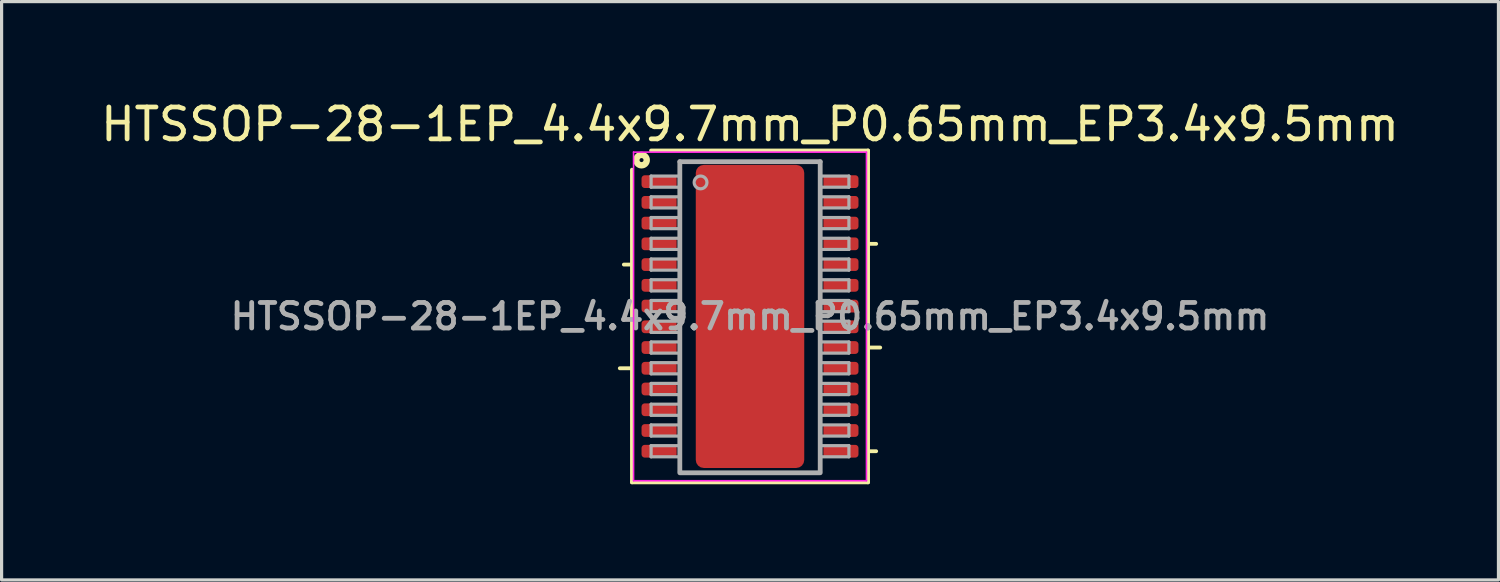
<source format=kicad_pcb>
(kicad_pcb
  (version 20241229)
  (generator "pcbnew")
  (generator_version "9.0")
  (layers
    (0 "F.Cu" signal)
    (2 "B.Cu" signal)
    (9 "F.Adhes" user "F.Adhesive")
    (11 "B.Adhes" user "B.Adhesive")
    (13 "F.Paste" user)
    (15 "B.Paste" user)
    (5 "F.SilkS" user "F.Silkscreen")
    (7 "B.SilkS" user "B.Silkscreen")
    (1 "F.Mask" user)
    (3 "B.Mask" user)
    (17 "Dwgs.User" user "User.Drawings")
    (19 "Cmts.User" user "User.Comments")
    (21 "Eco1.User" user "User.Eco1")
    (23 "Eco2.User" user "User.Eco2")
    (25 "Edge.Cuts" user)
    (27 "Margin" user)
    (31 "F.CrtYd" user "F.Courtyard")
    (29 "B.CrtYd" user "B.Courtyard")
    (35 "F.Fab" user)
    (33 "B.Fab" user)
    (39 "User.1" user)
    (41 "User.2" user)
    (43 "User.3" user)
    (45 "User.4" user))
  (footprint "HTSSOP-28-1EP_4.4x9.7mm_P0.65mm_EP3.4x9.5mm"
    (layer "F.Cu")
    (at 20.458 6.868)
    (property "Reference" "HTSSOP-28-1EP_4.4x9.7mm_P0.65mm_EP3.4x9.5mm" (at 0 -6.02 0) (layer "F.SilkS") (effects (font (size 1 1) (thickness 0.15))))
    (attr smd)
    (fp_line (start -3.7 -1.625) (end -3.954 -1.625) (stroke (width 0.12) (type solid)) (layer "F.SilkS"))
    (fp_line (start -3.7 1.625) (end -4.081 1.625) (stroke (width 0.12) (type solid)) (layer "F.SilkS"))
    (fp_line (start -3.7 5.2) (end -3.7 -4.6) (stroke (width 0.12) (type solid)) (layer "F.SilkS"))
    (fp_line (start -3.1 -5.2) (end 3.7 -5.2) (stroke (width 0.12) (type solid)) (layer "F.SilkS"))
    (fp_line (start 3.7 -5.2) (end 3.7 5.2) (stroke (width 0.12) (type solid)) (layer "F.SilkS"))
    (fp_line (start 3.7 -2.275) (end 3.954 -2.275) (stroke (width 0.12) (type solid)) (layer "F.SilkS"))
    (fp_line (start 3.7 0.975) (end 4.081 0.975) (stroke (width 0.12) (type solid)) (layer "F.SilkS"))
    (fp_line (start 3.7 4.225) (end 3.954 4.225) (stroke (width 0.12) (type solid)) (layer "F.SilkS"))
    (fp_line (start 3.7 5.2) (end -3.7 5.2) (stroke (width 0.12) (type solid)) (layer "F.SilkS"))
    (fp_circle (center -3.4 -4.9) (end -3.337 -4.9) (stroke (width 0.2) (type solid)) (fill no) (layer "F.SilkS"))
    (fp_line (start -3.65 -5.15) (end -3.65 5.15) (stroke (width 0.05) (type solid)) (layer "F.CrtYd"))
    (fp_line (start -3.65 -5.15) (end 3.65 -5.15) (stroke (width 0.05) (type solid)) (layer "F.CrtYd"))
    (fp_line (start -3.65 5.15) (end 3.65 5.15) (stroke (width 0.05) (type solid)) (layer "F.CrtYd"))
    (fp_line (start 3.65 -5.15) (end 3.65 5.15) (stroke (width 0.05) (type solid)) (layer "F.CrtYd"))
    (fp_line (start -3.1 -4.4) (end -3.1 -4.05) (stroke (width 0.1) (type solid)) (layer "F.Fab"))
    (fp_line (start -3.1 -4.4) (end -2.2 -4.4) (stroke (width 0.1) (type solid)) (layer "F.Fab"))
    (fp_line (start -3.1 -4.05) (end -2.2 -4.05) (stroke (width 0.1) (type solid)) (layer "F.Fab"))
    (fp_line (start -3.1 -3.75) (end -3.1 -3.4) (stroke (width 0.1) (type solid)) (layer "F.Fab"))
    (fp_line (start -3.1 -3.75) (end -2.2 -3.75) (stroke (width 0.1) (type solid)) (layer "F.Fab"))
    (fp_line (start -3.1 -3.4) (end -2.2 -3.4) (stroke (width 0.1) (type solid)) (layer "F.Fab"))
    (fp_line (start -3.1 -3.1) (end -3.1 -2.75) (stroke (width 0.1) (type solid)) (layer "F.Fab"))
    (fp_line (start -3.1 -3.1) (end -2.2 -3.1) (stroke (width 0.1) (type solid)) (layer "F.Fab"))
    (fp_line (start -3.1 -2.75) (end -2.2 -2.75) (stroke (width 0.1) (type solid)) (layer "F.Fab"))
    (fp_line (start -3.1 -2.45) (end -3.1 -2.1) (stroke (width 0.1) (type solid)) (layer "F.Fab"))
    (fp_line (start -3.1 -2.45) (end -2.2 -2.45) (stroke (width 0.1) (type solid)) (layer "F.Fab"))
    (fp_line (start -3.1 -2.1) (end -2.2 -2.1) (stroke (width 0.1) (type solid)) (layer "F.Fab"))
    (fp_line (start -3.1 -1.8) (end -3.1 -1.45) (stroke (width 0.1) (type solid)) (layer "F.Fab"))
    (fp_line (start -3.1 -1.8) (end -2.2 -1.8) (stroke (width 0.1) (type solid)) (layer "F.Fab"))
    (fp_line (start -3.1 -1.45) (end -2.2 -1.45) (stroke (width 0.1) (type solid)) (layer "F.Fab"))
    (fp_line (start -3.1 -1.15) (end -3.1 -0.8) (stroke (width 0.1) (type solid)) (layer "F.Fab"))
    (fp_line (start -3.1 -1.15) (end -2.2 -1.15) (stroke (width 0.1) (type solid)) (layer "F.Fab"))
    (fp_line (start -3.1 -0.8) (end -2.2 -0.8) (stroke (width 0.1) (type solid)) (layer "F.Fab"))
    (fp_line (start -3.1 -0.5) (end -3.1 -0.15) (stroke (width 0.1) (type solid)) (layer "F.Fab"))
    (fp_line (start -3.1 -0.5) (end -2.2 -0.5) (stroke (width 0.1) (type solid)) (layer "F.Fab"))
    (fp_line (start -3.1 -0.15) (end -2.2 -0.15) (stroke (width 0.1) (type solid)) (layer "F.Fab"))
    (fp_line (start -3.1 0.15) (end -3.1 0.5) (stroke (width 0.1) (type solid)) (layer "F.Fab"))
    (fp_line (start -3.1 0.15) (end -2.2 0.15) (stroke (width 0.1) (type solid)) (layer "F.Fab"))
    (fp_line (start -3.1 0.5) (end -2.2 0.5) (stroke (width 0.1) (type solid)) (layer "F.Fab"))
    (fp_line (start -3.1 0.8) (end -3.1 1.15) (stroke (width 0.1) (type solid)) (layer "F.Fab"))
    (fp_line (start -3.1 0.8) (end -2.2 0.8) (stroke (width 0.1) (type solid)) (layer "F.Fab"))
    (fp_line (start -3.1 1.15) (end -2.2 1.15) (stroke (width 0.1) (type solid)) (layer "F.Fab"))
    (fp_line (start -3.1 1.45) (end -3.1 1.8) (stroke (width 0.1) (type solid)) (layer "F.Fab"))
    (fp_line (start -3.1 1.45) (end -2.2 1.45) (stroke (width 0.1) (type solid)) (layer "F.Fab"))
    (fp_line (start -3.1 1.8) (end -2.2 1.8) (stroke (width 0.1) (type solid)) (layer "F.Fab"))
    (fp_line (start -3.1 2.1) (end -3.1 2.45) (stroke (width 0.1) (type solid)) (layer "F.Fab"))
    (fp_line (start -3.1 2.1) (end -2.2 2.1) (stroke (width 0.1) (type solid)) (layer "F.Fab"))
    (fp_line (start -3.1 2.45) (end -2.2 2.45) (stroke (width 0.1) (type solid)) (layer "F.Fab"))
    (fp_line (start -3.1 2.75) (end -3.1 3.1) (stroke (width 0.1) (type solid)) (layer "F.Fab"))
    (fp_line (start -3.1 2.75) (end -2.2 2.75) (stroke (width 0.1) (type solid)) (layer "F.Fab"))
    (fp_line (start -3.1 3.1) (end -2.2 3.1) (stroke (width 0.1) (type solid)) (layer "F.Fab"))
    (fp_line (start -3.1 3.4) (end -3.1 3.75) (stroke (width 0.1) (type solid)) (layer "F.Fab"))
    (fp_line (start -3.1 3.4) (end -2.2 3.4) (stroke (width 0.1) (type solid)) (layer "F.Fab"))
    (fp_line (start -3.1 3.75) (end -2.2 3.75) (stroke (width 0.1) (type solid)) (layer "F.Fab"))
    (fp_line (start -3.1 4.05) (end -3.1 4.4) (stroke (width 0.1) (type solid)) (layer "F.Fab"))
    (fp_line (start -3.1 4.05) (end -2.2 4.05) (stroke (width 0.1) (type solid)) (layer "F.Fab"))
    (fp_line (start -3.1 4.4) (end -2.2 4.4) (stroke (width 0.1) (type solid)) (layer "F.Fab"))
    (fp_line (start -2.2 -4.85) (end 2.2 -4.85) (stroke (width 0.15) (type solid)) (layer "F.Fab"))
    (fp_line (start -2.2 4.85) (end -2.2 -4.85) (stroke (width 0.15) (type solid)) (layer "F.Fab"))
    (fp_line (start 2.2 -4.85) (end 2.2 4.85) (stroke (width 0.15) (type solid)) (layer "F.Fab"))
    (fp_line (start 2.2 4.901) (end -2.2 4.901) (stroke (width 0.15) (type solid)) (layer "F.Fab"))
    (fp_line (start 3.1 -4.4) (end 2.2 -4.4) (stroke (width 0.1) (type solid)) (layer "F.Fab"))
    (fp_line (start 3.1 -4.05) (end 2.2 -4.05) (stroke (width 0.1) (type solid)) (layer "F.Fab"))
    (fp_line (start 3.1 -4.05) (end 3.1 -4.4) (stroke (width 0.1) (type solid)) (layer "F.Fab"))
    (fp_line (start 3.1 -3.75) (end 2.2 -3.75) (stroke (width 0.1) (type solid)) (layer "F.Fab"))
    (fp_line (start 3.1 -3.4) (end 2.2 -3.4) (stroke (width 0.1) (type solid)) (layer "F.Fab"))
    (fp_line (start 3.1 -3.4) (end 3.1 -3.75) (stroke (width 0.1) (type solid)) (layer "F.Fab"))
    (fp_line (start 3.1 -3.1) (end 2.2 -3.1) (stroke (width 0.1) (type solid)) (layer "F.Fab"))
    (fp_line (start 3.1 -2.75) (end 2.2 -2.75) (stroke (width 0.1) (type solid)) (layer "F.Fab"))
    (fp_line (start 3.1 -2.75) (end 3.1 -3.1) (stroke (width 0.1) (type solid)) (layer "F.Fab"))
    (fp_line (start 3.1 -2.45) (end 2.2 -2.45) (stroke (width 0.1) (type solid)) (layer "F.Fab"))
    (fp_line (start 3.1 -2.1) (end 2.2 -2.1) (stroke (width 0.1) (type solid)) (layer "F.Fab"))
    (fp_line (start 3.1 -2.1) (end 3.1 -2.45) (stroke (width 0.1) (type solid)) (layer "F.Fab"))
    (fp_line (start 3.1 -1.8) (end 2.2 -1.8) (stroke (width 0.1) (type solid)) (layer "F.Fab"))
    (fp_line (start 3.1 -1.45) (end 2.2 -1.45) (stroke (width 0.1) (type solid)) (layer "F.Fab"))
    (fp_line (start 3.1 -1.45) (end 3.1 -1.8) (stroke (width 0.1) (type solid)) (layer "F.Fab"))
    (fp_line (start 3.1 -1.15) (end 2.2 -1.15) (stroke (width 0.1) (type solid)) (layer "F.Fab"))
    (fp_line (start 3.1 -0.8) (end 2.2 -0.8) (stroke (width 0.1) (type solid)) (layer "F.Fab"))
    (fp_line (start 3.1 -0.8) (end 3.1 -1.15) (stroke (width 0.1) (type solid)) (layer "F.Fab"))
    (fp_line (start 3.1 -0.5) (end 2.2 -0.5) (stroke (width 0.1) (type solid)) (layer "F.Fab"))
    (fp_line (start 3.1 -0.15) (end 2.2 -0.15) (stroke (width 0.1) (type solid)) (layer "F.Fab"))
    (fp_line (start 3.1 -0.15) (end 3.1 -0.5) (stroke (width 0.1) (type solid)) (layer "F.Fab"))
    (fp_line (start 3.1 0.15) (end 2.2 0.15) (stroke (width 0.1) (type solid)) (layer "F.Fab"))
    (fp_line (start 3.1 0.5) (end 2.2 0.5) (stroke (width 0.1) (type solid)) (layer "F.Fab"))
    (fp_line (start 3.1 0.5) (end 3.1 0.15) (stroke (width 0.1) (type solid)) (layer "F.Fab"))
    (fp_line (start 3.1 0.8) (end 2.2 0.8) (stroke (width 0.1) (type solid)) (layer "F.Fab"))
    (fp_line (start 3.1 1.15) (end 2.2 1.15) (stroke (width 0.1) (type solid)) (layer "F.Fab"))
    (fp_line (start 3.1 1.15) (end 3.1 0.8) (stroke (width 0.1) (type solid)) (layer "F.Fab"))
    (fp_line (start 3.1 1.45) (end 2.2 1.45) (stroke (width 0.1) (type solid)) (layer "F.Fab"))
    (fp_line (start 3.1 1.8) (end 2.2 1.8) (stroke (width 0.1) (type solid)) (layer "F.Fab"))
    (fp_line (start 3.1 1.8) (end 3.1 1.45) (stroke (width 0.1) (type solid)) (layer "F.Fab"))
    (fp_line (start 3.1 2.1) (end 2.2 2.1) (stroke (width 0.1) (type solid)) (layer "F.Fab"))
    (fp_line (start 3.1 2.45) (end 2.2 2.45) (stroke (width 0.1) (type solid)) (layer "F.Fab"))
    (fp_line (start 3.1 2.45) (end 3.1 2.1) (stroke (width 0.1) (type solid)) (layer "F.Fab"))
    (fp_line (start 3.1 2.75) (end 2.2 2.75) (stroke (width 0.1) (type solid)) (layer "F.Fab"))
    (fp_line (start 3.1 3.1) (end 2.2 3.1) (stroke (width 0.1) (type solid)) (layer "F.Fab"))
    (fp_line (start 3.1 3.1) (end 3.1 2.75) (stroke (width 0.1) (type solid)) (layer "F.Fab"))
    (fp_line (start 3.1 3.4) (end 2.2 3.4) (stroke (width 0.1) (type solid)) (layer "F.Fab"))
    (fp_line (start 3.1 3.75) (end 2.2 3.75) (stroke (width 0.1) (type solid)) (layer "F.Fab"))
    (fp_line (start 3.1 3.75) (end 3.1 3.4) (stroke (width 0.1) (type solid)) (layer "F.Fab"))
    (fp_line (start 3.1 4.05) (end 2.2 4.05) (stroke (width 0.1) (type solid)) (layer "F.Fab"))
    (fp_line (start 3.1 4.4) (end 2.2 4.4) (stroke (width 0.1) (type solid)) (layer "F.Fab"))
    (fp_line (start 3.1 4.4) (end 3.1 4.05) (stroke (width 0.1) (type solid)) (layer "F.Fab"))
    (fp_circle (center -1.55 -4.2) (end -1.35 -4.2) (stroke (width 0.1) (type solid)) (fill no) (layer "F.Fab"))
    (fp_text user "${REFERENCE}" (at 0 0 0) (layer "F.Fab") (effects (font (size 0.8 0.8) (thickness 0.15))))
    (pad "" smd roundrect (at -0.85 -3.8) (size 1.4 1.6) (layers "F.Paste") (roundrect_rratio 0.25))
    (pad "" smd roundrect (at -0.85 -1.9) (size 1.4 1.6) (layers "F.Paste") (roundrect_rratio 0.25))
    (pad "" smd roundrect (at -0.85 0) (size 1.4 1.6) (layers "F.Paste") (roundrect_rratio 0.25))
    (pad "" smd roundrect (at -0.85 1.9) (size 1.4 1.6) (layers "F.Paste") (roundrect_rratio 0.25))
    (pad "" smd roundrect (at -0.85 3.8) (size 1.4 1.6) (layers "F.Paste") (roundrect_rratio 0.25))
    (pad "" smd roundrect (at 0.85 -3.8) (size 1.4 1.6) (layers "F.Paste") (roundrect_rratio 0.25))
    (pad "" smd roundrect (at 0.85 -1.9) (size 1.4 1.6) (layers "F.Paste") (roundrect_rratio 0.25))
    (pad "" smd roundrect (at 0.85 0) (size 1.4 1.6) (layers "F.Paste") (roundrect_rratio 0.25))
    (pad "" smd roundrect (at 0.85 1.9) (size 1.4 1.6) (layers "F.Paste") (roundrect_rratio 0.25))
    (pad "" smd roundrect (at 0.85 3.8) (size 1.4 1.6) (layers "F.Paste") (roundrect_rratio 0.25))
    (pad "1" smd roundrect (at -2.85 -4.225) (size 1.1 0.4) (layers "F.Cu" "F.Mask" "F.Paste") (roundrect_rratio 0.25))
    (pad "2" smd roundrect (at -2.85 -3.575) (size 1.1 0.4) (layers "F.Cu" "F.Mask" "F.Paste") (roundrect_rratio 0.25))
    (pad "3" smd roundrect (at -2.85 -2.925) (size 1.1 0.4) (layers "F.Cu" "F.Mask" "F.Paste") (roundrect_rratio 0.25))
    (pad "4" smd roundrect (at -2.85 -2.275) (size 1.1 0.4) (layers "F.Cu" "F.Mask" "F.Paste") (roundrect_rratio 0.25))
    (pad "5" smd roundrect (at -2.85 -1.625) (size 1.1 0.4) (layers "F.Cu" "F.Mask" "F.Paste") (roundrect_rratio 0.25))
    (pad "6" smd roundrect (at -2.85 -0.975) (size 1.1 0.4) (layers "F.Cu" "F.Mask" "F.Paste") (roundrect_rratio 0.25))
    (pad "7" smd roundrect (at -2.85 -0.325) (size 1.1 0.4) (layers "F.Cu" "F.Mask" "F.Paste") (roundrect_rratio 0.25))
    (pad "8" smd roundrect (at -2.85 0.325) (size 1.1 0.4) (layers "F.Cu" "F.Mask" "F.Paste") (roundrect_rratio 0.25))
    (pad "9" smd roundrect (at -2.85 0.975) (size 1.1 0.4) (layers "F.Cu" "F.Mask" "F.Paste") (roundrect_rratio 0.25))
    (pad "10" smd roundrect (at -2.85 1.625) (size 1.1 0.4) (layers "F.Cu" "F.Mask" "F.Paste") (roundrect_rratio 0.25))
    (pad "11" smd roundrect (at -2.85 2.275) (size 1.1 0.4) (layers "F.Cu" "F.Mask" "F.Paste") (roundrect_rratio 0.25))
    (pad "12" smd roundrect (at -2.85 2.925) (size 1.1 0.4) (layers "F.Cu" "F.Mask" "F.Paste") (roundrect_rratio 0.25))
    (pad "13" smd roundrect (at -2.85 3.575) (size 1.1 0.4) (layers "F.Cu" "F.Mask" "F.Paste") (roundrect_rratio 0.25))
    (pad "14" smd roundrect (at -2.85 4.225) (size 1.1 0.4) (layers "F.Cu" "F.Mask" "F.Paste") (roundrect_rratio 0.25))
    (pad "15" smd roundrect (at 2.85 4.225) (size 1.1 0.4) (layers "F.Cu" "F.Mask" "F.Paste") (roundrect_rratio 0.25))
    (pad "16" smd roundrect (at 2.85 3.575) (size 1.1 0.4) (layers "F.Cu" "F.Mask" "F.Paste") (roundrect_rratio 0.25))
    (pad "17" smd roundrect (at 2.85 2.925) (size 1.1 0.4) (layers "F.Cu" "F.Mask" "F.Paste") (roundrect_rratio 0.25))
    (pad "18" smd roundrect (at 2.85 2.275) (size 1.1 0.4) (layers "F.Cu" "F.Mask" "F.Paste") (roundrect_rratio 0.25))
    (pad "19" smd roundrect (at 2.85 1.625) (size 1.1 0.4) (layers "F.Cu" "F.Mask" "F.Paste") (roundrect_rratio 0.25))
    (pad "20" smd roundrect (at 2.85 0.975) (size 1.1 0.4) (layers "F.Cu" "F.Mask" "F.Paste") (roundrect_rratio 0.25))
    (pad "21" smd roundrect (at 2.85 0.325) (size 1.1 0.4) (layers "F.Cu" "F.Mask" "F.Paste") (roundrect_rratio 0.25))
    (pad "22" smd roundrect (at 2.85 -0.325) (size 1.1 0.4) (layers "F.Cu" "F.Mask" "F.Paste") (roundrect_rratio 0.25))
    (pad "23" smd roundrect (at 2.85 -0.975) (size 1.1 0.4) (layers "F.Cu" "F.Mask" "F.Paste") (roundrect_rratio 0.25))
    (pad "24" smd roundrect (at 2.85 -1.625) (size 1.1 0.4) (layers "F.Cu" "F.Mask" "F.Paste") (roundrect_rratio 0.25))
    (pad "25" smd roundrect (at 2.85 -2.275) (size 1.1 0.4) (layers "F.Cu" "F.Mask" "F.Paste") (roundrect_rratio 0.25))
    (pad "26" smd roundrect (at 2.85 -2.925) (size 1.1 0.4) (layers "F.Cu" "F.Mask" "F.Paste") (roundrect_rratio 0.25))
    (pad "27" smd roundrect (at 2.85 -3.575) (size 1.1 0.4) (layers "F.Cu" "F.Mask" "F.Paste") (roundrect_rratio 0.25))
    (pad "28" smd roundrect (at 2.85 -4.225) (size 1.1 0.4) (layers "F.Cu" "F.Mask" "F.Paste") (roundrect_rratio 0.25))
    (pad "29" smd roundrect (at 0 0) (size 3.4 9.5) (layers "F.Cu" "F.Mask") (roundrect_rratio 0.074)))
  (gr_rect
    (start -3 -3)
    (end 43.917 15.128)
    (stroke (width 0.1) (type default))
    (fill no)
    (layer "Edge.Cuts")))
</source>
